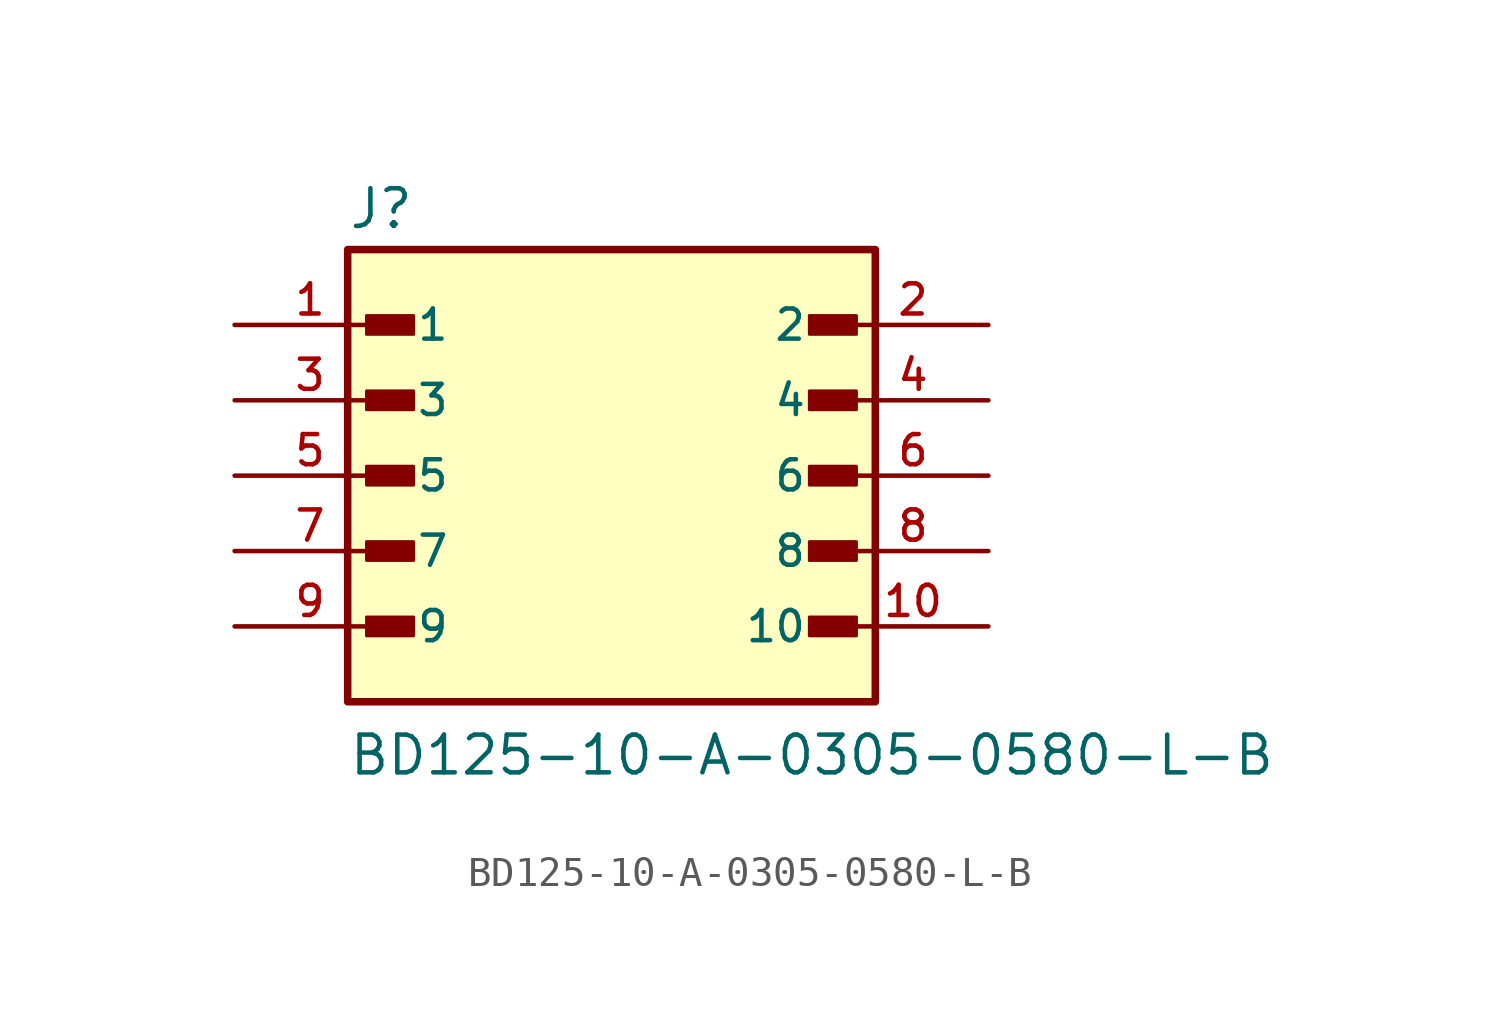
<source format=kicad_sym>
(kicad_symbol_lib
  (version 20211014)
  (generator kicad_symbol_editor)
  (symbol "BD125-10-A-0305-0580-L-B"
    (pin_names
      (offset 1.016))
    (property "Reference" "J"
      (at -8.89 8.255 0)
      (effects (font (size 1.27 1.27)) (justify bottom left)))
    (property "Value" "BD125-10-A-0305-0580-L-B"
      (at -8.89 -10.16 0)
      (effects (font (size 1.27 1.27)) (justify bottom left)))
    (symbol "BD125-10-A-0305-0580-L-B_0_0"
      (rectangle (start -8.255 4.763) (end -6.668 5.397) (stroke (width 0.1)) (fill (type outline)))
      (rectangle (start -8.255 2.223) (end -6.668 2.857) (stroke (width 0.1)) (fill (type outline)))
      (rectangle (start -8.255 -0.318) (end -6.668 0.318) (stroke (width 0.1)) (fill (type outline)))
      (rectangle (start -8.255 -2.857) (end -6.668 -2.223) (stroke (width 0.1)) (fill (type outline)))
      (rectangle (start -8.255 -5.397) (end -6.668 -4.763) (stroke (width 0.1)) (fill (type outline)))
      (rectangle (start 6.668 -5.397) (end 8.255 -4.763) (stroke (width 0.1)) (fill (type outline)))
      (rectangle (start 6.668 -2.857) (end 8.255 -2.223) (stroke (width 0.1)) (fill (type outline)))
      (rectangle (start 6.668 -0.318) (end 8.255 0.318) (stroke (width 0.1)) (fill (type outline)))
      (rectangle (start 6.668 2.223) (end 8.255 2.857) (stroke (width 0.1)) (fill (type outline)))
      (rectangle (start 6.668 4.763) (end 8.255 5.397) (stroke (width 0.1)) (fill (type outline)))
      (rectangle (start -8.89 -7.62) (end 8.89 7.62) (stroke (width 0.254)) (fill (type background)))
      (pin passive line (at -12.7 5.08 0) (length 5.08) (name "1" (effects (font (size 1.016 1.016)))) (number "1" (effects (font (size 1.016 1.016)))))
      (pin passive line (at 12.7 5.08 180.0) (length 5.08) (name "2" (effects (font (size 1.016 1.016)))) (number "2" (effects (font (size 1.016 1.016)))))
      (pin passive line (at -12.7 2.54 0) (length 5.08) (name "3" (effects (font (size 1.016 1.016)))) (number "3" (effects (font (size 1.016 1.016)))))
      (pin passive line (at 12.7 2.54 180.0) (length 5.08) (name "4" (effects (font (size 1.016 1.016)))) (number "4" (effects (font (size 1.016 1.016)))))
      (pin passive line (at -12.7 0.0 0) (length 5.08) (name "5" (effects (font (size 1.016 1.016)))) (number "5" (effects (font (size 1.016 1.016)))))
      (pin passive line (at 12.7 0.0 180.0) (length 5.08) (name "6" (effects (font (size 1.016 1.016)))) (number "6" (effects (font (size 1.016 1.016)))))
      (pin passive line (at -12.7 -2.54 0) (length 5.08) (name "7" (effects (font (size 1.016 1.016)))) (number "7" (effects (font (size 1.016 1.016)))))
      (pin passive line (at 12.7 -2.54 180.0) (length 5.08) (name "8" (effects (font (size 1.016 1.016)))) (number "8" (effects (font (size 1.016 1.016)))))
      (pin passive line (at -12.7 -5.08 0) (length 5.08) (name "9" (effects (font (size 1.016 1.016)))) (number "9" (effects (font (size 1.016 1.016)))))
      (pin passive line (at 12.7 -5.08 180.0) (length 5.08) (name "10" (effects (font (size 1.016 1.016)))) (number "10" (effects (font (size 1.016 1.016))))))))
</source>
